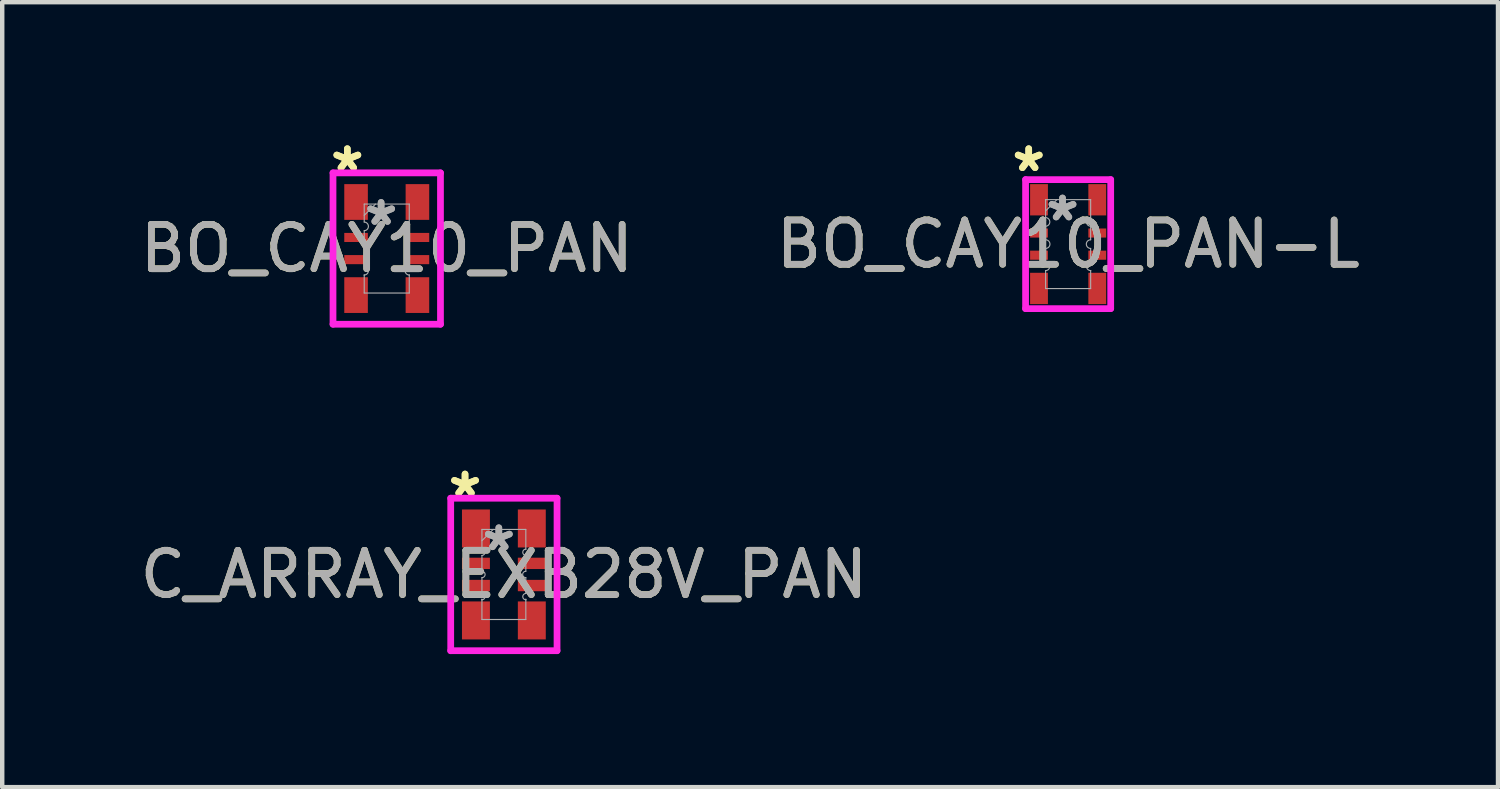
<source format=kicad_pcb>
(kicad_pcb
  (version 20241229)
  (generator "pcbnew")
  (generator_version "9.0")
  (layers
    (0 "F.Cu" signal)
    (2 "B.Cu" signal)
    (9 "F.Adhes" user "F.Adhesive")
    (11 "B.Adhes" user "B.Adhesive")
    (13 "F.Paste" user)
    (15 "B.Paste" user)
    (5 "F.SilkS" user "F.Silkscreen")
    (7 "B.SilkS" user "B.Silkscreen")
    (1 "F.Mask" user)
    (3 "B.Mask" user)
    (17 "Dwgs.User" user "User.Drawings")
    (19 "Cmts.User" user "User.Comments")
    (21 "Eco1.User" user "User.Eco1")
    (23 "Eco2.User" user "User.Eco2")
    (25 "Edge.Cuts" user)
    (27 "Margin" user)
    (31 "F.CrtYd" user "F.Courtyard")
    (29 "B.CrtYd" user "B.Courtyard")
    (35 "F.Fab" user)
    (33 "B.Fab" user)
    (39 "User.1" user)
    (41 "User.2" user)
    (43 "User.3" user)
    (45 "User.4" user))
  (footprint "C_ARRAY_EXB28V_PAN"
    (layer "F.Cu")
    (at 8.315 9.907)
    (property "Reference" "C_ARRAY_EXB28V_PAN" (at 0 0 0) (unlocked yes) (layer "F.SilkS") (effects (font (size 1 1) (thickness 0.15))))
    (attr smd)
    (fp_line (start -1.199 -1.72) (end 1.199 -1.72) (stroke (width 0.152) (type solid)) (layer "F.CrtYd"))
    (fp_line (start -1.199 1.72) (end -1.199 -1.72) (stroke (width 0.152) (type solid)) (layer "F.CrtYd"))
    (fp_line (start 1.199 -1.72) (end 1.199 1.72) (stroke (width 0.152) (type solid)) (layer "F.CrtYd"))
    (fp_line (start 1.199 1.72) (end -1.199 1.72) (stroke (width 0.152) (type solid)) (layer "F.CrtYd"))
    (fp_line (start -0.495 -1.016) (end 0.495 -1.016) (stroke (width 0.025) (type solid)) (layer "F.Fab"))
    (fp_line (start -0.495 -0.559) (end -0.495 -1.016) (stroke (width 0.025) (type solid)) (layer "F.Fab"))
    (fp_line (start -0.495 -0.428) (end -0.495 -0.072) (stroke (width 0.025) (type solid)) (layer "F.Fab"))
    (fp_line (start -0.495 0.072) (end -0.495 0.428) (stroke (width 0.025) (type solid)) (layer "F.Fab"))
    (fp_line (start -0.495 0.559) (end -0.495 1.016) (stroke (width 0.025) (type solid)) (layer "F.Fab"))
    (fp_line (start -0.495 0.572) (end -0.495 0.559) (stroke (width 0.025) (type solid)) (layer "F.Fab"))
    (fp_line (start -0.495 1.016) (end 0.495 1.016) (stroke (width 0.025) (type solid)) (layer "F.Fab"))
    (fp_line (start -0.241 -1.016) (end -0.495 -0.762) (stroke (width 0.025) (type solid)) (layer "F.Fab"))
    (fp_line (start 0.495 -0.559) (end 0.495 -1.016) (stroke (width 0.025) (type solid)) (layer "F.Fab"))
    (fp_line (start 0.495 -0.428) (end 0.495 -0.072) (stroke (width 0.025) (type solid)) (layer "F.Fab"))
    (fp_line (start 0.495 0.072) (end 0.495 0.428) (stroke (width 0.025) (type solid)) (layer "F.Fab"))
    (fp_line (start 0.495 0.559) (end 0.495 1.016) (stroke (width 0.025) (type solid)) (layer "F.Fab"))
    (fp_line (start 0.495 0.572) (end 0.495 0.559) (stroke (width 0.025) (type solid)) (layer "F.Fab"))
    (fp_arc (start -0.4953 -0.572389) (mid -0.423037 -0.500126) (end -0.4953 -0.427863) (stroke (width 0.0254) (type solid)) (layer "F.Fab"))
    (fp_arc (start -0.4953 -0.072263) (mid -0.423037 0) (end -0.4953 0.072263) (stroke (width 0.0254) (type solid)) (layer "F.Fab"))
    (fp_arc (start -0.4953 0.427863) (mid -0.423037 0.500126) (end -0.4953 0.572389) (stroke (width 0.0254) (type solid)) (layer "F.Fab"))
    (fp_arc (start 0.4953 -0.427863) (mid 0.423037 -0.500126) (end 0.4953 -0.572389) (stroke (width 0.0254) (type solid)) (layer "F.Fab"))
    (fp_arc (start 0.4953 0.072263) (mid 0.423037 0) (end 0.4953 -0.072263) (stroke (width 0.0254) (type solid)) (layer "F.Fab"))
    (fp_arc (start 0.4953 0.572389) (mid 0.423037 0.500126) (end 0.4953 0.427863) (stroke (width 0.0254) (type solid)) (layer "F.Fab"))
    (fp_text user "*" (at -0.876 -1.72 0) (layer "F.SilkS") (effects (font (size 1 1) (thickness 0.15))))
    (fp_text user "*" (at -0.876 -1.72 0) (unlocked yes) (layer "F.SilkS") (effects (font (size 1 1) (thickness 0.15))))
    (fp_text user "*" (at -0.114 -0.508 0) (unlocked yes) (layer "F.Fab") (effects (font (size 1 1) (thickness 0.15))))
    (fp_text user "${REFERENCE}" (at 0 0 0) (unlocked yes) (layer "F.Fab") (effects (font (size 1 1) (thickness 0.15))))
    (fp_text user "*" (at -0.114 -0.508 0) (layer "F.Fab") (effects (font (size 1 1) (thickness 0.15))))
    (pad "1" smd rect (at -0.63 -1.037) (size 0.63 0.857) (layers "F.Cu" "F.Mask" "F.Paste"))
    (pad "2" smd rect (at -0.63 -0.25) (size 0.63 0.256) (layers "F.Cu" "F.Mask" "F.Paste"))
    (pad "3" smd rect (at -0.63 0.25) (size 0.63 0.256) (layers "F.Cu" "F.Mask" "F.Paste"))
    (pad "4" smd rect (at -0.63 1.037) (size 0.63 0.857) (layers "F.Cu" "F.Mask" "F.Paste"))
    (pad "5" smd rect (at 0.63 1.037) (size 0.63 0.857) (layers "F.Cu" "F.Mask" "F.Paste"))
    (pad "6" smd rect (at 0.63 0.25) (size 0.63 0.256) (layers "F.Cu" "F.Mask" "F.Paste"))
    (pad "7" smd rect (at 0.63 -0.25) (size 0.63 0.256) (layers "F.Cu" "F.Mask" "F.Paste"))
    (pad "8" smd rect (at 0.63 -1.037) (size 0.63 0.857) (layers "F.Cu" "F.Mask" "F.Paste")))
  (footprint "BO_CAY10_PAN"
    (layer "F.Cu")
    (at 5.673 2.556)
    (property "Reference" "BO_CAY10_PAN" (at 0 0 0) (unlocked yes) (layer "F.SilkS") (effects (font (size 1 1) (thickness 0.15))))
    (attr smd)
    (fp_line (start -1.212 -1.707) (end 1.212 -1.707) (stroke (width 0.152) (type solid)) (layer "F.CrtYd"))
    (fp_line (start -1.212 1.707) (end -1.212 -1.707) (stroke (width 0.152) (type solid)) (layer "F.CrtYd"))
    (fp_line (start 1.212 -1.707) (end 1.212 1.707) (stroke (width 0.152) (type solid)) (layer "F.CrtYd"))
    (fp_line (start 1.212 1.707) (end -1.212 1.707) (stroke (width 0.152) (type solid)) (layer "F.CrtYd"))
    (fp_line (start -0.508 -1.003) (end 0.508 -1.003) (stroke (width 0.025) (type solid)) (layer "F.Fab"))
    (fp_line (start -0.508 -0.597) (end -0.508 -1.003) (stroke (width 0.025) (type solid)) (layer "F.Fab"))
    (fp_line (start -0.508 -0.402) (end -0.508 -0.098) (stroke (width 0.025) (type solid)) (layer "F.Fab"))
    (fp_line (start -0.508 0.098) (end -0.508 0.402) (stroke (width 0.025) (type solid)) (layer "F.Fab"))
    (fp_line (start -0.508 0.597) (end -0.508 1.003) (stroke (width 0.025) (type solid)) (layer "F.Fab"))
    (fp_line (start -0.508 0.598) (end -0.508 0.597) (stroke (width 0.025) (type solid)) (layer "F.Fab"))
    (fp_line (start -0.508 1.003) (end 0.508 1.003) (stroke (width 0.025) (type solid)) (layer "F.Fab"))
    (fp_line (start -0.254 -1.003) (end -0.508 -0.749) (stroke (width 0.025) (type solid)) (layer "F.Fab"))
    (fp_line (start 0.508 -0.597) (end 0.508 -1.003) (stroke (width 0.025) (type solid)) (layer "F.Fab"))
    (fp_line (start 0.508 -0.402) (end 0.508 -0.098) (stroke (width 0.025) (type solid)) (layer "F.Fab"))
    (fp_line (start 0.508 0.098) (end 0.508 0.402) (stroke (width 0.025) (type solid)) (layer "F.Fab"))
    (fp_line (start 0.508 0.597) (end 0.508 1.003) (stroke (width 0.025) (type solid)) (layer "F.Fab"))
    (fp_line (start 0.508 0.598) (end 0.508 0.597) (stroke (width 0.025) (type solid)) (layer "F.Fab"))
    (fp_arc (start -0.508 -0.597789) (mid -0.410337 -0.500126) (end -0.508 -0.402463) (stroke (width 0.0254) (type solid)) (layer "F.Fab"))
    (fp_arc (start -0.508 -0.097663) (mid -0.410337 0) (end -0.508 0.097663) (stroke (width 0.0254) (type solid)) (layer "F.Fab"))
    (fp_arc (start -0.508 0.402463) (mid -0.410337 0.500126) (end -0.508 0.597789) (stroke (width 0.0254) (type solid)) (layer "F.Fab"))
    (fp_arc (start 0.508 -0.402463) (mid 0.410337 -0.500126) (end 0.508 -0.597789) (stroke (width 0.0254) (type solid)) (layer "F.Fab"))
    (fp_arc (start 0.508 0.097663) (mid 0.410337 0) (end 0.508 -0.097663) (stroke (width 0.0254) (type solid)) (layer "F.Fab"))
    (fp_arc (start 0.508 0.597789) (mid 0.410337 0.500126) (end 0.508 0.402463) (stroke (width 0.0254) (type solid)) (layer "F.Fab"))
    (fp_text user "*" (at -0.889 -1.707 0) (unlocked yes) (layer "F.SilkS") (effects (font (size 1 1) (thickness 0.15))))
    (fp_text user "*" (at -0.889 -1.707 0) (layer "F.SilkS") (effects (font (size 1 1) (thickness 0.15))))
    (fp_text user "${REFERENCE}" (at 0 0 0) (unlocked yes) (layer "F.Fab") (effects (font (size 1 1) (thickness 0.15))))
    (fp_text user "*" (at -0.127 -0.495 0) (layer "F.Fab") (effects (font (size 1 1) (thickness 0.15))))
    (fp_text user "*" (at -0.127 -0.495 0) (unlocked yes) (layer "F.Fab") (effects (font (size 1 1) (thickness 0.15))))
    (pad "1" smd rect (at -0.692 -1.05) (size 0.532 0.806) (layers "F.Cu" "F.Mask" "F.Paste"))
    (pad "2" smd rect (at -0.692 -0.25) (size 0.532 0.205) (layers "F.Cu" "F.Mask" "F.Paste"))
    (pad "3" smd rect (at -0.692 0.25) (size 0.532 0.205) (layers "F.Cu" "F.Mask" "F.Paste"))
    (pad "4" smd rect (at -0.692 1.05) (size 0.532 0.806) (layers "F.Cu" "F.Mask" "F.Paste"))
    (pad "5" smd rect (at 0.692 1.05) (size 0.532 0.806) (layers "F.Cu" "F.Mask" "F.Paste"))
    (pad "6" smd rect (at 0.692 0.25) (size 0.532 0.205) (layers "F.Cu" "F.Mask" "F.Paste"))
    (pad "7" smd rect (at 0.692 -0.25) (size 0.532 0.205) (layers "F.Cu" "F.Mask" "F.Paste"))
    (pad "8" smd rect (at 0.692 -1.05) (size 0.532 0.806) (layers "F.Cu" "F.Mask" "F.Paste")))
  (footprint "BO_CAY10_PAN-L"
    (layer "F.Cu")
    (at 21.042 2.456)
    (property "Reference" "BO_CAY10_PAN-L" (at 0 0 0) (unlocked yes) (layer "F.SilkS") (effects (font (size 1 1) (thickness 0.15))))
    (attr smd)
    (fp_line (start -0.96 -1.455) (end 0.96 -1.455) (stroke (width 0.152) (type solid)) (layer "F.CrtYd"))
    (fp_line (start -0.96 1.455) (end -0.96 -1.455) (stroke (width 0.152) (type solid)) (layer "F.CrtYd"))
    (fp_line (start 0.96 -1.455) (end 0.96 1.455) (stroke (width 0.152) (type solid)) (layer "F.CrtYd"))
    (fp_line (start 0.96 1.455) (end -0.96 1.455) (stroke (width 0.152) (type solid)) (layer "F.CrtYd"))
    (fp_line (start -0.508 -1.003) (end 0.508 -1.003) (stroke (width 0.025) (type solid)) (layer "F.Fab"))
    (fp_line (start -0.508 -0.597) (end -0.508 -1.003) (stroke (width 0.025) (type solid)) (layer "F.Fab"))
    (fp_line (start -0.508 -0.402) (end -0.508 -0.098) (stroke (width 0.025) (type solid)) (layer "F.Fab"))
    (fp_line (start -0.508 0.098) (end -0.508 0.402) (stroke (width 0.025) (type solid)) (layer "F.Fab"))
    (fp_line (start -0.508 0.597) (end -0.508 1.003) (stroke (width 0.025) (type solid)) (layer "F.Fab"))
    (fp_line (start -0.508 0.598) (end -0.508 0.597) (stroke (width 0.025) (type solid)) (layer "F.Fab"))
    (fp_line (start -0.508 1.003) (end 0.508 1.003) (stroke (width 0.025) (type solid)) (layer "F.Fab"))
    (fp_line (start -0.254 -1.003) (end -0.508 -0.749) (stroke (width 0.025) (type solid)) (layer "F.Fab"))
    (fp_line (start 0.508 -0.597) (end 0.508 -1.003) (stroke (width 0.025) (type solid)) (layer "F.Fab"))
    (fp_line (start 0.508 -0.402) (end 0.508 -0.098) (stroke (width 0.025) (type solid)) (layer "F.Fab"))
    (fp_line (start 0.508 0.098) (end 0.508 0.402) (stroke (width 0.025) (type solid)) (layer "F.Fab"))
    (fp_line (start 0.508 0.597) (end 0.508 1.003) (stroke (width 0.025) (type solid)) (layer "F.Fab"))
    (fp_line (start 0.508 0.598) (end 0.508 0.597) (stroke (width 0.025) (type solid)) (layer "F.Fab"))
    (fp_arc (start -0.508 -0.597789) (mid -0.410337 -0.500126) (end -0.508 -0.402463) (stroke (width 0.0254) (type solid)) (layer "F.Fab"))
    (fp_arc (start -0.508 -0.097663) (mid -0.410337 0) (end -0.508 0.097663) (stroke (width 0.0254) (type solid)) (layer "F.Fab"))
    (fp_arc (start -0.508 0.402463) (mid -0.410337 0.500126) (end -0.508 0.597789) (stroke (width 0.0254) (type solid)) (layer "F.Fab"))
    (fp_arc (start 0.508 -0.402463) (mid 0.410337 -0.500126) (end 0.508 -0.597789) (stroke (width 0.0254) (type solid)) (layer "F.Fab"))
    (fp_arc (start 0.508 0.097663) (mid 0.410337 0) (end 0.508 -0.097663) (stroke (width 0.0254) (type solid)) (layer "F.Fab"))
    (fp_arc (start 0.508 0.597789) (mid 0.410337 0.500126) (end 0.508 0.402463) (stroke (width 0.0254) (type solid)) (layer "F.Fab"))
    (fp_text user "*" (at -0.889 -1.607 0) (unlocked yes) (layer "F.SilkS") (effects (font (size 1 1) (thickness 0.15))))
    (fp_text user "*" (at -0.889 -1.607 0) (layer "F.SilkS") (effects (font (size 1 1) (thickness 0.15))))
    (fp_text user "${REFERENCE}" (at 0 0 0) (unlocked yes) (layer "F.Fab") (effects (font (size 1 1) (thickness 0.15))))
    (fp_text user "*" (at -0.127 -0.495 0) (unlocked yes) (layer "F.Fab") (effects (font (size 1 1) (thickness 0.15))))
    (fp_text user "*" (at -0.127 -0.495 0) (layer "F.Fab") (effects (font (size 1 1) (thickness 0.15))))
    (pad "1" smd rect (at -0.657 -1) (size 0.402 0.706) (layers "F.Cu" "F.Mask" "F.Paste"))
    (pad "2" smd rect (at -0.657 -0.25) (size 0.402 0.205) (layers "F.Cu" "F.Mask" "F.Paste"))
    (pad "3" smd rect (at -0.657 0.25) (size 0.402 0.205) (layers "F.Cu" "F.Mask" "F.Paste"))
    (pad "4" smd rect (at -0.657 1) (size 0.402 0.706) (layers "F.Cu" "F.Mask" "F.Paste"))
    (pad "5" smd rect (at 0.657 1) (size 0.402 0.706) (layers "F.Cu" "F.Mask" "F.Paste"))
    (pad "6" smd rect (at 0.657 0.25) (size 0.402 0.205) (layers "F.Cu" "F.Mask" "F.Paste"))
    (pad "7" smd rect (at 0.657 -0.25) (size 0.402 0.205) (layers "F.Cu" "F.Mask" "F.Paste"))
    (pad "8" smd rect (at 0.657 -1) (size 0.402 0.706) (layers "F.Cu" "F.Mask" "F.Paste")))
  (gr_rect
    (start -3 -3)
    (end 30.738 14.704)
    (stroke (width 0.1) (type default))
    (fill no)
    (layer "Edge.Cuts")))
</source>
